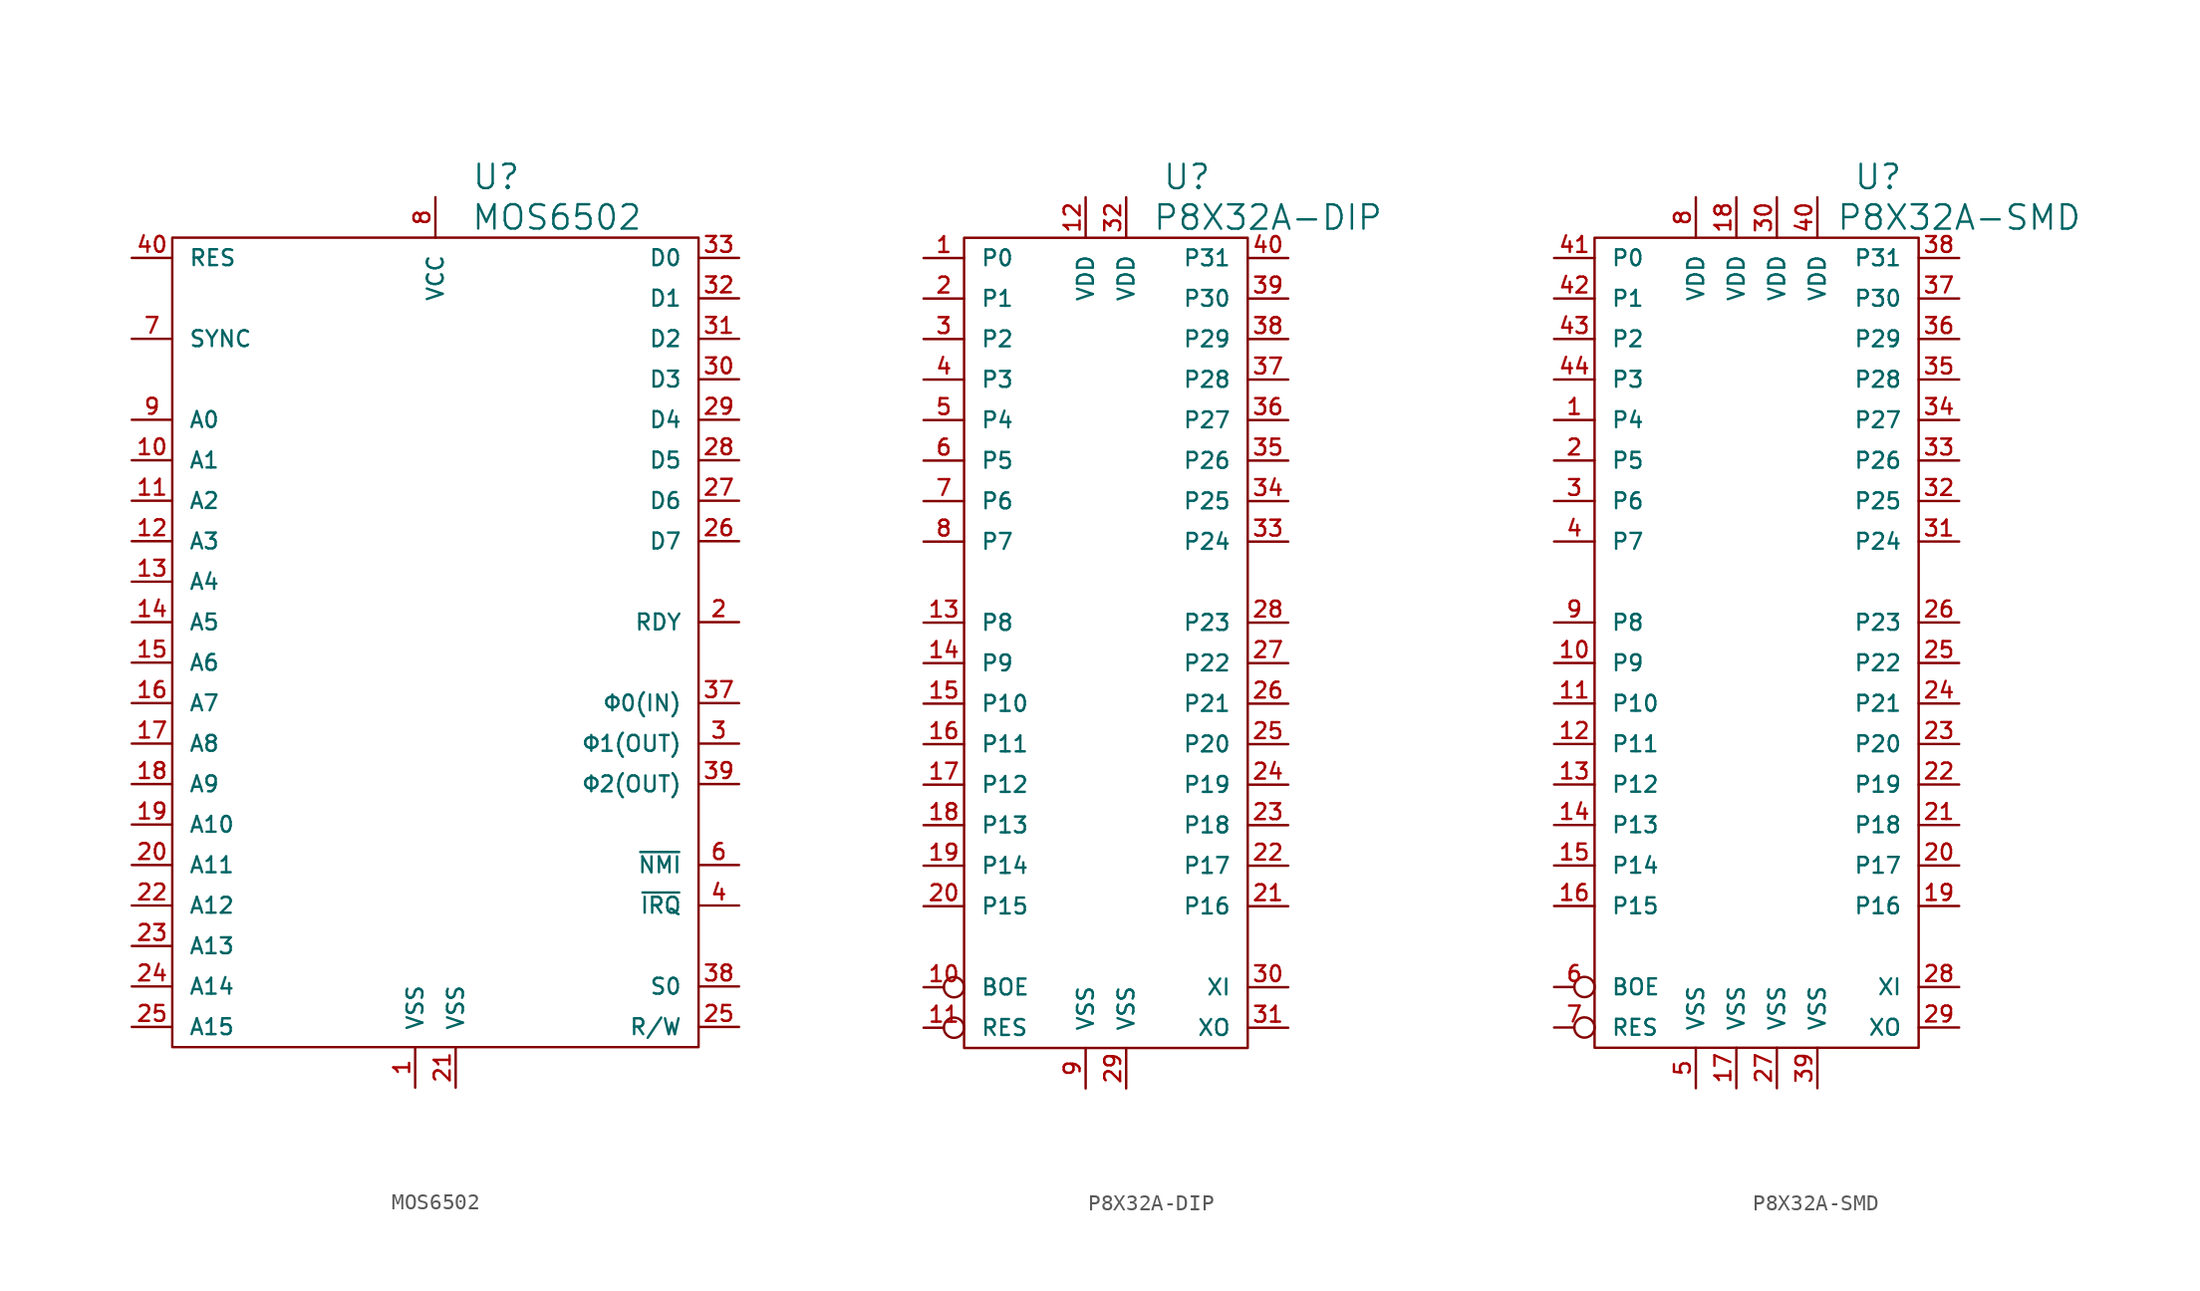
<source format=kicad_sym>
(kicad_symbol_lib
  (version 20220914)
  (generator kicad_symbol_editor)
  (symbol "MOS6502"
    (pin_names
      (offset 1.016))
    (property "Reference" "U"
      (at 3.81 29.21 0)
      (effects (font (size 1.524 1.524))))
    (property "Value" "MOS6502"
      (at 7.62 26.67 0)
      (effects (font (size 1.524 1.524))))
    (property "Footprint" ""
      (at 0 0 0)
      (effects (font (size 1.524 1.524))))
    (property "Datasheet" ""
      (at 0 0 0)
      (effects (font (size 1.524 1.524))))
    (symbol "MOS6502_0_1"
      (rectangle (start -16.51 25.4) (end 16.51 -25.4) (stroke (width 0) (type solid)) (fill (type none))))
    (symbol "MOS6502_1_1"
      (pin passive line (at -1.27 -27.94 90) (length 2.54) (name "VSS" (effects (font (size 0.991 0.991)))) (number "1" (effects (font (size 0.991 0.991)))))
      (pin passive line (at -19.05 11.43 0) (length 2.54) (name "A1" (effects (font (size 0.991 0.991)))) (number "10" (effects (font (size 0.991 0.991)))))
      (pin passive line (at -19.05 8.89 0) (length 2.54) (name "A2" (effects (font (size 0.991 0.991)))) (number "11" (effects (font (size 0.991 0.991)))))
      (pin passive line (at -19.05 6.35 0) (length 2.54) (name "A3" (effects (font (size 0.991 0.991)))) (number "12" (effects (font (size 0.991 0.991)))))
      (pin passive line (at -19.05 3.81 0) (length 2.54) (name "A4" (effects (font (size 0.991 0.991)))) (number "13" (effects (font (size 0.991 0.991)))))
      (pin passive line (at -19.05 1.27 0) (length 2.54) (name "A5" (effects (font (size 0.991 0.991)))) (number "14" (effects (font (size 0.991 0.991)))))
      (pin passive line (at -19.05 -1.27 0) (length 2.54) (name "A6" (effects (font (size 0.991 0.991)))) (number "15" (effects (font (size 0.991 0.991)))))
      (pin passive line (at -19.05 -3.81 0) (length 2.54) (name "A7" (effects (font (size 0.991 0.991)))) (number "16" (effects (font (size 0.991 0.991)))))
      (pin passive line (at -19.05 -6.35 0) (length 2.54) (name "A8" (effects (font (size 0.991 0.991)))) (number "17" (effects (font (size 0.991 0.991)))))
      (pin passive line (at -19.05 -8.89 0) (length 2.54) (name "A9" (effects (font (size 0.991 0.991)))) (number "18" (effects (font (size 0.991 0.991)))))
      (pin passive line (at -19.05 -11.43 0) (length 2.54) (name "A10" (effects (font (size 0.991 0.991)))) (number "19" (effects (font (size 0.991 0.991)))))
      (pin passive line (at 19.05 1.27 180) (length 2.54) (name "RDY" (effects (font (size 0.991 0.991)))) (number "2" (effects (font (size 0.991 0.991)))))
      (pin passive line (at -19.05 -13.97 0) (length 2.54) (name "A11" (effects (font (size 0.991 0.991)))) (number "20" (effects (font (size 0.991 0.991)))))
      (pin passive line (at 1.27 -27.94 90) (length 2.54) (name "VSS" (effects (font (size 0.991 0.991)))) (number "21" (effects (font (size 0.991 0.991)))))
      (pin passive line (at -19.05 -16.51 0) (length 2.54) (name "A12" (effects (font (size 0.991 0.991)))) (number "22" (effects (font (size 0.991 0.991)))))
      (pin passive line (at -19.05 -19.05 0) (length 2.54) (name "A13" (effects (font (size 0.991 0.991)))) (number "23" (effects (font (size 0.991 0.991)))))
      (pin passive line (at -19.05 -21.59 0) (length 2.54) (name "A14" (effects (font (size 0.991 0.991)))) (number "24" (effects (font (size 0.991 0.991)))))
      (pin passive line (at -19.05 -24.13 0) (length 2.54) (name "A15" (effects (font (size 0.991 0.991)))) (number "25" (effects (font (size 0.991 0.991)))))
      (pin passive line (at 19.05 -24.13 180) (length 2.54) (name "R/W" (effects (font (size 0.991 0.991)))) (number "25" (effects (font (size 0.991 0.991)))))
      (pin passive line (at 19.05 6.35 180) (length 2.54) (name "D7" (effects (font (size 0.991 0.991)))) (number "26" (effects (font (size 0.991 0.991)))))
      (pin passive line (at 19.05 8.89 180) (length 2.54) (name "D6" (effects (font (size 0.991 0.991)))) (number "27" (effects (font (size 0.991 0.991)))))
      (pin passive line (at 19.05 11.43 180) (length 2.54) (name "D5" (effects (font (size 0.991 0.991)))) (number "28" (effects (font (size 0.991 0.991)))))
      (pin passive line (at 19.05 13.97 180) (length 2.54) (name "D4" (effects (font (size 0.991 0.991)))) (number "29" (effects (font (size 0.991 0.991)))))
      (pin passive line (at 19.05 -6.35 180) (length 2.54) (name "Φ1(OUT)" (effects (font (size 0.991 0.991)))) (number "3" (effects (font (size 0.991 0.991)))))
      (pin passive line (at 19.05 16.51 180) (length 2.54) (name "D3" (effects (font (size 0.991 0.991)))) (number "30" (effects (font (size 0.991 0.991)))))
      (pin passive line (at 19.05 19.05 180) (length 2.54) (name "D2" (effects (font (size 0.991 0.991)))) (number "31" (effects (font (size 0.991 0.991)))))
      (pin passive line (at 19.05 21.59 180) (length 2.54) (name "D1" (effects (font (size 0.991 0.991)))) (number "32" (effects (font (size 0.991 0.991)))))
      (pin passive line (at 19.05 24.13 180) (length 2.54) (name "D0" (effects (font (size 0.991 0.991)))) (number "33" (effects (font (size 0.991 0.991)))))
      (pin passive line (at 19.05 -3.81 180) (length 2.54) (name "Φ0(IN)" (effects (font (size 0.991 0.991)))) (number "37" (effects (font (size 0.991 0.991)))))
      (pin passive line (at 19.05 -21.59 180) (length 2.54) (name "S0" (effects (font (size 0.991 0.991)))) (number "38" (effects (font (size 0.991 0.991)))))
      (pin passive line (at 19.05 -8.89 180) (length 2.54) (name "Φ2(OUT)" (effects (font (size 0.991 0.991)))) (number "39" (effects (font (size 0.991 0.991)))))
      (pin passive line (at 19.05 -16.51 180) (length 2.54) (name "~{IRQ}" (effects (font (size 0.991 0.991)))) (number "4" (effects (font (size 0.991 0.991)))))
      (pin passive line (at -19.05 24.13 0) (length 2.54) (name "RES" (effects (font (size 0.991 0.991)))) (number "40" (effects (font (size 0.991 0.991)))))
      (pin passive line (at 19.05 -13.97 180) (length 2.54) (name "~{NMI}" (effects (font (size 0.991 0.991)))) (number "6" (effects (font (size 0.991 0.991)))))
      (pin passive line (at -19.05 19.05 0) (length 2.54) (name "SYNC" (effects (font (size 0.991 0.991)))) (number "7" (effects (font (size 0.991 0.991)))))
      (pin passive line (at 0 27.94 270) (length 2.54) (name "VCC" (effects (font (size 0.991 0.991)))) (number "8" (effects (font (size 0.991 0.991)))))
      (pin passive line (at -19.05 13.97 0) (length 2.54) (name "A0" (effects (font (size 0.991 0.991)))) (number "9" (effects (font (size 0.991 0.991)))))))
  (symbol "P8X32A-DIP"
    (pin_names
      (offset 1.016))
    (property "Reference" "U"
      (at 5.08 29.21 0)
      (effects (font (size 1.524 1.524))))
    (property "Value" "P8X32A-DIP"
      (at 10.16 26.67 0)
      (effects (font (size 1.524 1.524))))
    (property "Footprint" ""
      (at 0 0 0)
      (effects (font (size 1.524 1.524))))
    (property "Datasheet" ""
      (at 0 0 0)
      (effects (font (size 1.524 1.524))))
    (symbol "P8X32A-DIP_0_1"
      (rectangle (start -8.89 25.4) (end 8.89 -25.4) (stroke (width 0) (type solid)) (fill (type none))))
    (symbol "P8X32A-DIP_1_1"
      (pin passive line (at -11.43 24.13 0) (length 2.54) (name "P0" (effects (font (size 0.991 0.991)))) (number "1" (effects (font (size 0.991 0.991)))))
      (pin passive inverted (at -11.43 -21.59 0) (length 2.54) (name "BOE" (effects (font (size 0.991 0.991)))) (number "10" (effects (font (size 0.991 0.991)))))
      (pin passive inverted (at -11.43 -24.13 0) (length 2.54) (name "RES" (effects (font (size 0.991 0.991)))) (number "11" (effects (font (size 0.991 0.991)))))
      (pin passive line (at -1.27 27.94 270) (length 2.54) (name "VDD" (effects (font (size 0.991 0.991)))) (number "12" (effects (font (size 0.991 0.991)))))
      (pin passive line (at -11.43 1.27 0) (length 2.54) (name "P8" (effects (font (size 0.991 0.991)))) (number "13" (effects (font (size 0.991 0.991)))))
      (pin passive line (at -11.43 -1.27 0) (length 2.54) (name "P9" (effects (font (size 0.991 0.991)))) (number "14" (effects (font (size 0.991 0.991)))))
      (pin passive line (at -11.43 -3.81 0) (length 2.54) (name "P10" (effects (font (size 0.991 0.991)))) (number "15" (effects (font (size 0.991 0.991)))))
      (pin passive line (at -11.43 -6.35 0) (length 2.54) (name "P11" (effects (font (size 0.991 0.991)))) (number "16" (effects (font (size 0.991 0.991)))))
      (pin passive line (at -11.43 -8.89 0) (length 2.54) (name "P12" (effects (font (size 0.991 0.991)))) (number "17" (effects (font (size 0.991 0.991)))))
      (pin passive line (at -11.43 -11.43 0) (length 2.54) (name "P13" (effects (font (size 0.991 0.991)))) (number "18" (effects (font (size 0.991 0.991)))))
      (pin passive line (at -11.43 -13.97 0) (length 2.54) (name "P14" (effects (font (size 0.991 0.991)))) (number "19" (effects (font (size 0.991 0.991)))))
      (pin passive line (at -11.43 21.59 0) (length 2.54) (name "P1" (effects (font (size 0.991 0.991)))) (number "2" (effects (font (size 0.991 0.991)))))
      (pin passive line (at -11.43 -16.51 0) (length 2.54) (name "P15" (effects (font (size 0.991 0.991)))) (number "20" (effects (font (size 0.991 0.991)))))
      (pin passive line (at 11.43 -16.51 180) (length 2.54) (name "P16" (effects (font (size 0.991 0.991)))) (number "21" (effects (font (size 0.991 0.991)))))
      (pin passive line (at 11.43 -13.97 180) (length 2.54) (name "P17" (effects (font (size 0.991 0.991)))) (number "22" (effects (font (size 0.991 0.991)))))
      (pin passive line (at 11.43 -11.43 180) (length 2.54) (name "P18" (effects (font (size 0.991 0.991)))) (number "23" (effects (font (size 0.991 0.991)))))
      (pin passive line (at 11.43 -8.89 180) (length 2.54) (name "P19" (effects (font (size 0.991 0.991)))) (number "24" (effects (font (size 0.991 0.991)))))
      (pin passive line (at 11.43 -6.35 180) (length 2.54) (name "P20" (effects (font (size 0.991 0.991)))) (number "25" (effects (font (size 0.991 0.991)))))
      (pin passive line (at 11.43 -3.81 180) (length 2.54) (name "P21" (effects (font (size 0.991 0.991)))) (number "26" (effects (font (size 0.991 0.991)))))
      (pin passive line (at 11.43 -1.27 180) (length 2.54) (name "P22" (effects (font (size 0.991 0.991)))) (number "27" (effects (font (size 0.991 0.991)))))
      (pin passive line (at 11.43 1.27 180) (length 2.54) (name "P23" (effects (font (size 0.991 0.991)))) (number "28" (effects (font (size 0.991 0.991)))))
      (pin passive line (at 1.27 -27.94 90) (length 2.54) (name "VSS" (effects (font (size 0.991 0.991)))) (number "29" (effects (font (size 0.991 0.991)))))
      (pin passive line (at -11.43 19.05 0) (length 2.54) (name "P2" (effects (font (size 0.991 0.991)))) (number "3" (effects (font (size 0.991 0.991)))))
      (pin passive line (at 11.43 -21.59 180) (length 2.54) (name "XI" (effects (font (size 0.991 0.991)))) (number "30" (effects (font (size 0.991 0.991)))))
      (pin passive line (at 11.43 -24.13 180) (length 2.54) (name "XO" (effects (font (size 0.991 0.991)))) (number "31" (effects (font (size 0.991 0.991)))))
      (pin passive line (at 1.27 27.94 270) (length 2.54) (name "VDD" (effects (font (size 0.991 0.991)))) (number "32" (effects (font (size 0.991 0.991)))))
      (pin passive line (at 11.43 6.35 180) (length 2.54) (name "P24" (effects (font (size 0.991 0.991)))) (number "33" (effects (font (size 0.991 0.991)))))
      (pin passive line (at 11.43 8.89 180) (length 2.54) (name "P25" (effects (font (size 0.991 0.991)))) (number "34" (effects (font (size 0.991 0.991)))))
      (pin passive line (at 11.43 11.43 180) (length 2.54) (name "P26" (effects (font (size 0.991 0.991)))) (number "35" (effects (font (size 0.991 0.991)))))
      (pin passive line (at 11.43 13.97 180) (length 2.54) (name "P27" (effects (font (size 0.991 0.991)))) (number "36" (effects (font (size 0.991 0.991)))))
      (pin passive line (at 11.43 16.51 180) (length 2.54) (name "P28" (effects (font (size 0.991 0.991)))) (number "37" (effects (font (size 0.991 0.991)))))
      (pin passive line (at 11.43 19.05 180) (length 2.54) (name "P29" (effects (font (size 0.991 0.991)))) (number "38" (effects (font (size 0.991 0.991)))))
      (pin passive line (at 11.43 21.59 180) (length 2.54) (name "P30" (effects (font (size 0.991 0.991)))) (number "39" (effects (font (size 0.991 0.991)))))
      (pin passive line (at -11.43 16.51 0) (length 2.54) (name "P3" (effects (font (size 0.991 0.991)))) (number "4" (effects (font (size 0.991 0.991)))))
      (pin passive line (at 11.43 24.13 180) (length 2.54) (name "P31" (effects (font (size 0.991 0.991)))) (number "40" (effects (font (size 0.991 0.991)))))
      (pin passive line (at -11.43 13.97 0) (length 2.54) (name "P4" (effects (font (size 0.991 0.991)))) (number "5" (effects (font (size 0.991 0.991)))))
      (pin passive line (at -11.43 11.43 0) (length 2.54) (name "P5" (effects (font (size 0.991 0.991)))) (number "6" (effects (font (size 0.991 0.991)))))
      (pin passive line (at -11.43 8.89 0) (length 2.54) (name "P6" (effects (font (size 0.991 0.991)))) (number "7" (effects (font (size 0.991 0.991)))))
      (pin passive line (at -11.43 6.35 0) (length 2.54) (name "P7" (effects (font (size 0.991 0.991)))) (number "8" (effects (font (size 0.991 0.991)))))
      (pin passive line (at -1.27 -27.94 90) (length 2.54) (name "VSS" (effects (font (size 0.991 0.991)))) (number "9" (effects (font (size 0.991 0.991)))))))
  (symbol "P8X32A-SMD"
    (pin_names
      (offset 1.016))
    (property "Reference" "U"
      (at 7.62 29.21 0)
      (effects (font (size 1.524 1.524))))
    (property "Value" "P8X32A-SMD"
      (at 12.7 26.67 0)
      (effects (font (size 1.524 1.524))))
    (property "Footprint" ""
      (at 0 0 0)
      (effects (font (size 1.524 1.524))))
    (property "Datasheet" ""
      (at 0 0 0)
      (effects (font (size 1.524 1.524))))
    (symbol "P8X32A-SMD_0_1"
      (rectangle (start -10.16 25.4) (end 10.16 -25.4) (stroke (width 0) (type solid)) (fill (type none))))
    (symbol "P8X32A-SMD_1_1"
      (pin passive line (at -12.7 13.97 0) (length 2.54) (name "P4" (effects (font (size 0.991 0.991)))) (number "1" (effects (font (size 0.991 0.991)))))
      (pin passive line (at -12.7 -1.27 0) (length 2.54) (name "P9" (effects (font (size 0.991 0.991)))) (number "10" (effects (font (size 0.991 0.991)))))
      (pin passive line (at -12.7 -3.81 0) (length 2.54) (name "P10" (effects (font (size 0.991 0.991)))) (number "11" (effects (font (size 0.991 0.991)))))
      (pin passive line (at -12.7 -6.35 0) (length 2.54) (name "P11" (effects (font (size 0.991 0.991)))) (number "12" (effects (font (size 0.991 0.991)))))
      (pin passive line (at -12.7 -8.89 0) (length 2.54) (name "P12" (effects (font (size 0.991 0.991)))) (number "13" (effects (font (size 0.991 0.991)))))
      (pin passive line (at -12.7 -11.43 0) (length 2.54) (name "P13" (effects (font (size 0.991 0.991)))) (number "14" (effects (font (size 0.991 0.991)))))
      (pin passive line (at -12.7 -13.97 0) (length 2.54) (name "P14" (effects (font (size 0.991 0.991)))) (number "15" (effects (font (size 0.991 0.991)))))
      (pin passive line (at -12.7 -16.51 0) (length 2.54) (name "P15" (effects (font (size 0.991 0.991)))) (number "16" (effects (font (size 0.991 0.991)))))
      (pin passive line (at -1.27 -27.94 90) (length 2.54) (name "VSS" (effects (font (size 0.991 0.991)))) (number "17" (effects (font (size 0.991 0.991)))))
      (pin passive line (at -1.27 27.94 270) (length 2.54) (name "VDD" (effects (font (size 0.991 0.991)))) (number "18" (effects (font (size 0.991 0.991)))))
      (pin passive line (at 12.7 -16.51 180) (length 2.54) (name "P16" (effects (font (size 0.991 0.991)))) (number "19" (effects (font (size 0.991 0.991)))))
      (pin passive line (at -12.7 11.43 0) (length 2.54) (name "P5" (effects (font (size 0.991 0.991)))) (number "2" (effects (font (size 0.991 0.991)))))
      (pin passive line (at 12.7 -13.97 180) (length 2.54) (name "P17" (effects (font (size 0.991 0.991)))) (number "20" (effects (font (size 0.991 0.991)))))
      (pin passive line (at 12.7 -11.43 180) (length 2.54) (name "P18" (effects (font (size 0.991 0.991)))) (number "21" (effects (font (size 0.991 0.991)))))
      (pin passive line (at 12.7 -8.89 180) (length 2.54) (name "P19" (effects (font (size 0.991 0.991)))) (number "22" (effects (font (size 0.991 0.991)))))
      (pin passive line (at 12.7 -6.35 180) (length 2.54) (name "P20" (effects (font (size 0.991 0.991)))) (number "23" (effects (font (size 0.991 0.991)))))
      (pin passive line (at 12.7 -3.81 180) (length 2.54) (name "P21" (effects (font (size 0.991 0.991)))) (number "24" (effects (font (size 0.991 0.991)))))
      (pin passive line (at 12.7 -1.27 180) (length 2.54) (name "P22" (effects (font (size 0.991 0.991)))) (number "25" (effects (font (size 0.991 0.991)))))
      (pin passive line (at 12.7 1.27 180) (length 2.54) (name "P23" (effects (font (size 0.991 0.991)))) (number "26" (effects (font (size 0.991 0.991)))))
      (pin passive line (at 1.27 -27.94 90) (length 2.54) (name "VSS" (effects (font (size 0.991 0.991)))) (number "27" (effects (font (size 0.991 0.991)))))
      (pin passive line (at 12.7 -21.59 180) (length 2.54) (name "XI" (effects (font (size 0.991 0.991)))) (number "28" (effects (font (size 0.991 0.991)))))
      (pin passive line (at 12.7 -24.13 180) (length 2.54) (name "XO" (effects (font (size 0.991 0.991)))) (number "29" (effects (font (size 0.991 0.991)))))
      (pin passive line (at -12.7 8.89 0) (length 2.54) (name "P6" (effects (font (size 0.991 0.991)))) (number "3" (effects (font (size 0.991 0.991)))))
      (pin passive line (at 1.27 27.94 270) (length 2.54) (name "VDD" (effects (font (size 0.991 0.991)))) (number "30" (effects (font (size 0.991 0.991)))))
      (pin passive line (at 12.7 6.35 180) (length 2.54) (name "P24" (effects (font (size 0.991 0.991)))) (number "31" (effects (font (size 0.991 0.991)))))
      (pin passive line (at 12.7 8.89 180) (length 2.54) (name "P25" (effects (font (size 0.991 0.991)))) (number "32" (effects (font (size 0.991 0.991)))))
      (pin passive line (at 12.7 11.43 180) (length 2.54) (name "P26" (effects (font (size 0.991 0.991)))) (number "33" (effects (font (size 0.991 0.991)))))
      (pin passive line (at 12.7 13.97 180) (length 2.54) (name "P27" (effects (font (size 0.991 0.991)))) (number "34" (effects (font (size 0.991 0.991)))))
      (pin passive line (at 12.7 16.51 180) (length 2.54) (name "P28" (effects (font (size 0.991 0.991)))) (number "35" (effects (font (size 0.991 0.991)))))
      (pin passive line (at 12.7 19.05 180) (length 2.54) (name "P29" (effects (font (size 0.991 0.991)))) (number "36" (effects (font (size 0.991 0.991)))))
      (pin passive line (at 12.7 21.59 180) (length 2.54) (name "P30" (effects (font (size 0.991 0.991)))) (number "37" (effects (font (size 0.991 0.991)))))
      (pin passive line (at 12.7 24.13 180) (length 2.54) (name "P31" (effects (font (size 0.991 0.991)))) (number "38" (effects (font (size 0.991 0.991)))))
      (pin passive line (at 3.81 -27.94 90) (length 2.54) (name "VSS" (effects (font (size 0.991 0.991)))) (number "39" (effects (font (size 0.991 0.991)))))
      (pin passive line (at -12.7 6.35 0) (length 2.54) (name "P7" (effects (font (size 0.991 0.991)))) (number "4" (effects (font (size 0.991 0.991)))))
      (pin passive line (at 3.81 27.94 270) (length 2.54) (name "VDD" (effects (font (size 0.991 0.991)))) (number "40" (effects (font (size 0.991 0.991)))))
      (pin passive line (at -12.7 24.13 0) (length 2.54) (name "P0" (effects (font (size 0.991 0.991)))) (number "41" (effects (font (size 0.991 0.991)))))
      (pin passive line (at -12.7 21.59 0) (length 2.54) (name "P1" (effects (font (size 0.991 0.991)))) (number "42" (effects (font (size 0.991 0.991)))))
      (pin passive line (at -12.7 19.05 0) (length 2.54) (name "P2" (effects (font (size 0.991 0.991)))) (number "43" (effects (font (size 0.991 0.991)))))
      (pin passive line (at -12.7 16.51 0) (length 2.54) (name "P3" (effects (font (size 0.991 0.991)))) (number "44" (effects (font (size 0.991 0.991)))))
      (pin passive line (at -3.81 -27.94 90) (length 2.54) (name "VSS" (effects (font (size 0.991 0.991)))) (number "5" (effects (font (size 0.991 0.991)))))
      (pin passive inverted (at -12.7 -21.59 0) (length 2.54) (name "BOE" (effects (font (size 0.991 0.991)))) (number "6" (effects (font (size 0.991 0.991)))))
      (pin passive inverted (at -12.7 -24.13 0) (length 2.54) (name "RES" (effects (font (size 0.991 0.991)))) (number "7" (effects (font (size 0.991 0.991)))))
      (pin passive line (at -3.81 27.94 270) (length 2.54) (name "VDD" (effects (font (size 0.991 0.991)))) (number "8" (effects (font (size 0.991 0.991)))))
      (pin passive line (at -12.7 1.27 0) (length 2.54) (name "P8" (effects (font (size 0.991 0.991)))) (number "9" (effects (font (size 0.991 0.991))))))))
</source>
